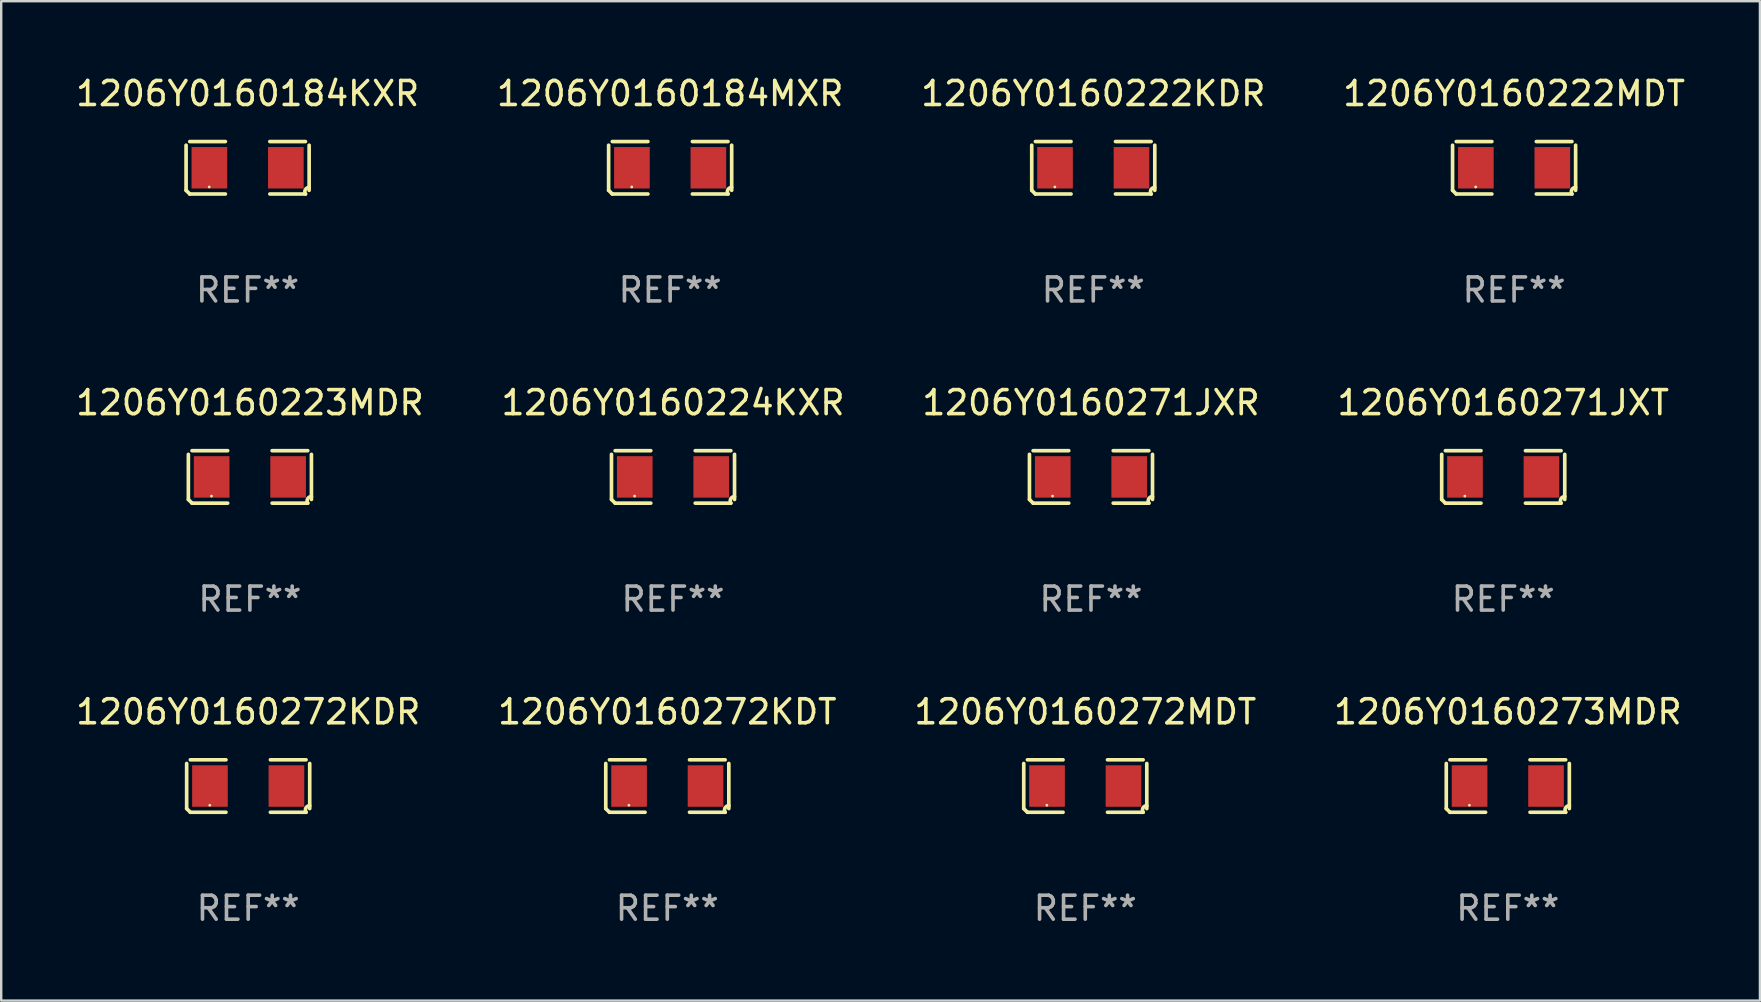
<source format=kicad_pcb>
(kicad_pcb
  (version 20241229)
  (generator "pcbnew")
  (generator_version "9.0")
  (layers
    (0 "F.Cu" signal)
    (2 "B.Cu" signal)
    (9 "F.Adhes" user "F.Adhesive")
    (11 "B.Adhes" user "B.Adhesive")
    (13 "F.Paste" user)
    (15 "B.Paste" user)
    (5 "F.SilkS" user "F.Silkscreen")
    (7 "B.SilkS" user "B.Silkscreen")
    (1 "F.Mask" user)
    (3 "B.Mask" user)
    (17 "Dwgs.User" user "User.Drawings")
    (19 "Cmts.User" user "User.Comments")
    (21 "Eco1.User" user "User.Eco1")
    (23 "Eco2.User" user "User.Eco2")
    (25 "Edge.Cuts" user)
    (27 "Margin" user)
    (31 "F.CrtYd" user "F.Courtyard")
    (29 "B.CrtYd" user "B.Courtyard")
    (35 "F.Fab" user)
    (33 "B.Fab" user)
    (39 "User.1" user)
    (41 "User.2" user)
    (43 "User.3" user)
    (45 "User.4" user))
  (footprint "1206Y0160224KXR"
    (layer "F.Cu")
    (at 24.994 16.823)
    (property "Reference" "1206Y0160224KXR" (at 0 -3.093 0) (layer "F.SilkS") (effects (font (size 1 1) (thickness 0.15))))
    (attr through_hole)
    (fp_line (start -2.564 0.94) (end -2.564 -0.94) (stroke (width 0.152) (type solid)) (layer "F.SilkS"))
    (fp_line (start -2.411 -1.093) (end -0.926 -1.093) (stroke (width 0.152) (type solid)) (layer "F.SilkS"))
    (fp_line (start -0.926 1.093) (end -2.411 1.093) (stroke (width 0.152) (type solid)) (layer "F.SilkS"))
    (fp_line (start 0.926 1.093) (end 2.411 1.093) (stroke (width 0.152) (type solid)) (layer "F.SilkS"))
    (fp_line (start 2.411 -1.093) (end 0.926 -1.093) (stroke (width 0.152) (type solid)) (layer "F.SilkS"))
    (fp_line (start 2.564 0.94) (end 2.564 -0.94) (stroke (width 0.152) (type solid)) (layer "F.SilkS"))
    (fp_arc (start -2.411201 1.092609) (mid -2.487413 1.01642) (end -2.563602 0.940208) (stroke (width 0.1524) (type solid)) (layer "F.SilkS"))
    (fp_arc (start 2.411201 1.092609) (mid 2.407159 0.911226) (end 2.563602 0.819347) (stroke (width 0.1524) (type solid)) (layer "F.SilkS"))
    (fp_circle (center -1.6 0.8) (end -1.57 0.8) (stroke (width 0.06) (type solid)) (fill no) (layer "F.SilkS"))
    (fp_text user "REF**" (at 0 5.093 0) (layer "F.Fab") (effects (font (size 1 1) (thickness 0.15))))
    (pad "1" smd rect (at -1.593 0) (size 1.485 1.728) (layers "F.Cu" "F.Mask" "F.Paste"))
    (pad "2" smd rect (at 1.593 0) (size 1.485 1.728) (layers "F.Cu" "F.Mask" "F.Paste")))
  (footprint "1206Y0160272MDT"
    (layer "F.Cu")
    (at 42.173 29.704)
    (property "Reference" "1206Y0160272MDT" (at 0 -3.093 0) (layer "F.SilkS") (effects (font (size 1 1) (thickness 0.15))))
    (attr through_hole)
    (fp_line (start -2.564 0.94) (end -2.564 -0.94) (stroke (width 0.152) (type solid)) (layer "F.SilkS"))
    (fp_line (start -2.411 -1.093) (end -0.926 -1.093) (stroke (width 0.152) (type solid)) (layer "F.SilkS"))
    (fp_line (start -0.926 1.093) (end -2.411 1.093) (stroke (width 0.152) (type solid)) (layer "F.SilkS"))
    (fp_line (start 0.926 1.093) (end 2.411 1.093) (stroke (width 0.152) (type solid)) (layer "F.SilkS"))
    (fp_line (start 2.411 -1.093) (end 0.926 -1.093) (stroke (width 0.152) (type solid)) (layer "F.SilkS"))
    (fp_line (start 2.564 0.94) (end 2.564 -0.94) (stroke (width 0.152) (type solid)) (layer "F.SilkS"))
    (fp_arc (start -2.411201 1.092609) (mid -2.487413 1.01642) (end -2.563602 0.940208) (stroke (width 0.1524) (type solid)) (layer "F.SilkS"))
    (fp_arc (start 2.411201 1.092609) (mid 2.407159 0.911226) (end 2.563602 0.819347) (stroke (width 0.1524) (type solid)) (layer "F.SilkS"))
    (fp_circle (center -1.6 0.8) (end -1.57 0.8) (stroke (width 0.06) (type solid)) (fill no) (layer "F.SilkS"))
    (fp_text user "REF**" (at 0 5.093 0) (layer "F.Fab") (effects (font (size 1 1) (thickness 0.15))))
    (pad "1" smd rect (at -1.593 0) (size 1.485 1.728) (layers "F.Cu" "F.Mask" "F.Paste"))
    (pad "2" smd rect (at 1.593 0) (size 1.485 1.728) (layers "F.Cu" "F.Mask" "F.Paste")))
  (footprint "1206Y0160271JXT"
    (layer "F.Cu")
    (at 59.589 16.823)
    (property "Reference" "1206Y0160271JXT" (at 0 -3.093 0) (layer "F.SilkS") (effects (font (size 1 1) (thickness 0.15))))
    (attr through_hole)
    (fp_line (start -2.564 0.94) (end -2.564 -0.94) (stroke (width 0.152) (type solid)) (layer "F.SilkS"))
    (fp_line (start -2.411 -1.093) (end -0.926 -1.093) (stroke (width 0.152) (type solid)) (layer "F.SilkS"))
    (fp_line (start -0.926 1.093) (end -2.411 1.093) (stroke (width 0.152) (type solid)) (layer "F.SilkS"))
    (fp_line (start 0.926 1.093) (end 2.411 1.093) (stroke (width 0.152) (type solid)) (layer "F.SilkS"))
    (fp_line (start 2.411 -1.093) (end 0.926 -1.093) (stroke (width 0.152) (type solid)) (layer "F.SilkS"))
    (fp_line (start 2.564 0.94) (end 2.564 -0.94) (stroke (width 0.152) (type solid)) (layer "F.SilkS"))
    (fp_arc (start -2.411201 1.092609) (mid -2.487413 1.01642) (end -2.563602 0.940208) (stroke (width 0.1524) (type solid)) (layer "F.SilkS"))
    (fp_arc (start 2.411201 1.092609) (mid 2.407159 0.911226) (end 2.563602 0.819347) (stroke (width 0.1524) (type solid)) (layer "F.SilkS"))
    (fp_circle (center -1.6 0.8) (end -1.57 0.8) (stroke (width 0.06) (type solid)) (fill no) (layer "F.SilkS"))
    (fp_text user "REF**" (at 0 5.093 0) (layer "F.Fab") (effects (font (size 1 1) (thickness 0.15))))
    (pad "1" smd rect (at -1.593 0) (size 1.485 1.728) (layers "F.Cu" "F.Mask" "F.Paste"))
    (pad "2" smd rect (at 1.593 0) (size 1.485 1.728) (layers "F.Cu" "F.Mask" "F.Paste")))
  (footprint "1206Y0160273MDR"
    (layer "F.Cu")
    (at 59.78 29.704)
    (property "Reference" "1206Y0160273MDR" (at 0 -3.093 0) (layer "F.SilkS") (effects (font (size 1 1) (thickness 0.15))))
    (attr through_hole)
    (fp_line (start -2.564 0.94) (end -2.564 -0.94) (stroke (width 0.152) (type solid)) (layer "F.SilkS"))
    (fp_line (start -2.411 -1.093) (end -0.926 -1.093) (stroke (width 0.152) (type solid)) (layer "F.SilkS"))
    (fp_line (start -0.926 1.093) (end -2.411 1.093) (stroke (width 0.152) (type solid)) (layer "F.SilkS"))
    (fp_line (start 0.926 1.093) (end 2.411 1.093) (stroke (width 0.152) (type solid)) (layer "F.SilkS"))
    (fp_line (start 2.411 -1.093) (end 0.926 -1.093) (stroke (width 0.152) (type solid)) (layer "F.SilkS"))
    (fp_line (start 2.564 0.94) (end 2.564 -0.94) (stroke (width 0.152) (type solid)) (layer "F.SilkS"))
    (fp_arc (start -2.411201 1.092609) (mid -2.487413 1.01642) (end -2.563602 0.940208) (stroke (width 0.1524) (type solid)) (layer "F.SilkS"))
    (fp_arc (start 2.411201 1.092609) (mid 2.407159 0.911226) (end 2.563602 0.819347) (stroke (width 0.1524) (type solid)) (layer "F.SilkS"))
    (fp_circle (center -1.6 0.8) (end -1.57 0.8) (stroke (width 0.06) (type solid)) (fill no) (layer "F.SilkS"))
    (fp_text user "REF**" (at 0 5.093 0) (layer "F.Fab") (effects (font (size 1 1) (thickness 0.15))))
    (pad "1" smd rect (at -1.593 0) (size 1.485 1.728) (layers "F.Cu" "F.Mask" "F.Paste"))
    (pad "2" smd rect (at 1.593 0) (size 1.485 1.728) (layers "F.Cu" "F.Mask" "F.Paste")))
  (footprint "1206Y0160223MDR"
    (layer "F.Cu")
    (at 7.363 16.823)
    (property "Reference" "1206Y0160223MDR" (at 0 -3.093 0) (layer "F.SilkS") (effects (font (size 1 1) (thickness 0.15))))
    (attr through_hole)
    (fp_line (start -2.564 0.94) (end -2.564 -0.94) (stroke (width 0.152) (type solid)) (layer "F.SilkS"))
    (fp_line (start -2.411 -1.093) (end -0.926 -1.093) (stroke (width 0.152) (type solid)) (layer "F.SilkS"))
    (fp_line (start -0.926 1.093) (end -2.411 1.093) (stroke (width 0.152) (type solid)) (layer "F.SilkS"))
    (fp_line (start 0.926 1.093) (end 2.411 1.093) (stroke (width 0.152) (type solid)) (layer "F.SilkS"))
    (fp_line (start 2.411 -1.093) (end 0.926 -1.093) (stroke (width 0.152) (type solid)) (layer "F.SilkS"))
    (fp_line (start 2.564 0.94) (end 2.564 -0.94) (stroke (width 0.152) (type solid)) (layer "F.SilkS"))
    (fp_arc (start -2.411201 1.092609) (mid -2.487413 1.01642) (end -2.563602 0.940208) (stroke (width 0.1524) (type solid)) (layer "F.SilkS"))
    (fp_arc (start 2.411201 1.092609) (mid 2.407159 0.911226) (end 2.563602 0.819347) (stroke (width 0.1524) (type solid)) (layer "F.SilkS"))
    (fp_circle (center -1.6 0.8) (end -1.57 0.8) (stroke (width 0.06) (type solid)) (fill no) (layer "F.SilkS"))
    (fp_text user "REF**" (at 0 5.093 0) (layer "F.Fab") (effects (font (size 1 1) (thickness 0.15))))
    (pad "1" smd rect (at -1.593 0) (size 1.485 1.728) (layers "F.Cu" "F.Mask" "F.Paste"))
    (pad "2" smd rect (at 1.593 0) (size 1.485 1.728) (layers "F.Cu" "F.Mask" "F.Paste")))
  (footprint "1206Y0160271JXR"
    (layer "F.Cu")
    (at 42.411 16.823)
    (property "Reference" "1206Y0160271JXR" (at 0 -3.093 0) (layer "F.SilkS") (effects (font (size 1 1) (thickness 0.15))))
    (attr through_hole)
    (fp_line (start -2.564 0.94) (end -2.564 -0.94) (stroke (width 0.152) (type solid)) (layer "F.SilkS"))
    (fp_line (start -2.411 -1.093) (end -0.926 -1.093) (stroke (width 0.152) (type solid)) (layer "F.SilkS"))
    (fp_line (start -0.926 1.093) (end -2.411 1.093) (stroke (width 0.152) (type solid)) (layer "F.SilkS"))
    (fp_line (start 0.926 1.093) (end 2.411 1.093) (stroke (width 0.152) (type solid)) (layer "F.SilkS"))
    (fp_line (start 2.411 -1.093) (end 0.926 -1.093) (stroke (width 0.152) (type solid)) (layer "F.SilkS"))
    (fp_line (start 2.564 0.94) (end 2.564 -0.94) (stroke (width 0.152) (type solid)) (layer "F.SilkS"))
    (fp_arc (start -2.411201 1.092609) (mid -2.487413 1.01642) (end -2.563602 0.940208) (stroke (width 0.1524) (type solid)) (layer "F.SilkS"))
    (fp_arc (start 2.411201 1.092609) (mid 2.407159 0.911226) (end 2.563602 0.819347) (stroke (width 0.1524) (type solid)) (layer "F.SilkS"))
    (fp_circle (center -1.6 0.8) (end -1.57 0.8) (stroke (width 0.06) (type solid)) (fill no) (layer "F.SilkS"))
    (fp_text user "REF**" (at 0 5.093 0) (layer "F.Fab") (effects (font (size 1 1) (thickness 0.15))))
    (pad "1" smd rect (at -1.593 0) (size 1.485 1.728) (layers "F.Cu" "F.Mask" "F.Paste"))
    (pad "2" smd rect (at 1.593 0) (size 1.485 1.728) (layers "F.Cu" "F.Mask" "F.Paste")))
  (footprint "1206Y0160222MDT"
    (layer "F.Cu")
    (at 60.042 3.941)
    (property "Reference" "1206Y0160222MDT" (at 0 -3.093 0) (layer "F.SilkS") (effects (font (size 1 1) (thickness 0.15))))
    (attr through_hole)
    (fp_line (start -2.564 0.94) (end -2.564 -0.94) (stroke (width 0.152) (type solid)) (layer "F.SilkS"))
    (fp_line (start -2.411 -1.093) (end -0.926 -1.093) (stroke (width 0.152) (type solid)) (layer "F.SilkS"))
    (fp_line (start -0.926 1.093) (end -2.411 1.093) (stroke (width 0.152) (type solid)) (layer "F.SilkS"))
    (fp_line (start 0.926 1.093) (end 2.411 1.093) (stroke (width 0.152) (type solid)) (layer "F.SilkS"))
    (fp_line (start 2.411 -1.093) (end 0.926 -1.093) (stroke (width 0.152) (type solid)) (layer "F.SilkS"))
    (fp_line (start 2.564 0.94) (end 2.564 -0.94) (stroke (width 0.152) (type solid)) (layer "F.SilkS"))
    (fp_arc (start -2.411201 1.092609) (mid -2.487413 1.01642) (end -2.563602 0.940208) (stroke (width 0.1524) (type solid)) (layer "F.SilkS"))
    (fp_arc (start 2.411201 1.092609) (mid 2.407159 0.911226) (end 2.563602 0.819347) (stroke (width 0.1524) (type solid)) (layer "F.SilkS"))
    (fp_circle (center -1.6 0.8) (end -1.57 0.8) (stroke (width 0.06) (type solid)) (fill no) (layer "F.SilkS"))
    (fp_text user "REF**" (at 0 5.093 0) (layer "F.Fab") (effects (font (size 1 1) (thickness 0.15))))
    (pad "1" smd rect (at -1.593 0) (size 1.485 1.728) (layers "F.Cu" "F.Mask" "F.Paste"))
    (pad "2" smd rect (at 1.593 0) (size 1.485 1.728) (layers "F.Cu" "F.Mask" "F.Paste")))
  (footprint "1206Y0160184MXR"
    (layer "F.Cu")
    (at 24.875 3.941)
    (property "Reference" "1206Y0160184MXR" (at 0 -3.093 0) (layer "F.SilkS") (effects (font (size 1 1) (thickness 0.15))))
    (attr through_hole)
    (fp_line (start -2.564 0.94) (end -2.564 -0.94) (stroke (width 0.152) (type solid)) (layer "F.SilkS"))
    (fp_line (start -2.411 -1.093) (end -0.926 -1.093) (stroke (width 0.152) (type solid)) (layer "F.SilkS"))
    (fp_line (start -0.926 1.093) (end -2.411 1.093) (stroke (width 0.152) (type solid)) (layer "F.SilkS"))
    (fp_line (start 0.926 1.093) (end 2.411 1.093) (stroke (width 0.152) (type solid)) (layer "F.SilkS"))
    (fp_line (start 2.411 -1.093) (end 0.926 -1.093) (stroke (width 0.152) (type solid)) (layer "F.SilkS"))
    (fp_line (start 2.564 0.94) (end 2.564 -0.94) (stroke (width 0.152) (type solid)) (layer "F.SilkS"))
    (fp_arc (start -2.411201 1.092609) (mid -2.487413 1.01642) (end -2.563602 0.940208) (stroke (width 0.1524) (type solid)) (layer "F.SilkS"))
    (fp_arc (start 2.411201 1.092609) (mid 2.407159 0.911226) (end 2.563602 0.819347) (stroke (width 0.1524) (type solid)) (layer "F.SilkS"))
    (fp_circle (center -1.6 0.8) (end -1.57 0.8) (stroke (width 0.06) (type solid)) (fill no) (layer "F.SilkS"))
    (fp_text user "REF**" (at 0 5.093 0) (layer "F.Fab") (effects (font (size 1 1) (thickness 0.15))))
    (pad "1" smd rect (at -1.593 0) (size 1.485 1.728) (layers "F.Cu" "F.Mask" "F.Paste"))
    (pad "2" smd rect (at 1.593 0) (size 1.485 1.728) (layers "F.Cu" "F.Mask" "F.Paste")))
  (footprint "1206Y0160272KDR"
    (layer "F.Cu")
    (at 7.292 29.704)
    (property "Reference" "1206Y0160272KDR" (at 0 -3.093 0) (layer "F.SilkS") (effects (font (size 1 1) (thickness 0.15))))
    (attr through_hole)
    (fp_line (start -2.564 0.94) (end -2.564 -0.94) (stroke (width 0.152) (type solid)) (layer "F.SilkS"))
    (fp_line (start -2.411 -1.093) (end -0.926 -1.093) (stroke (width 0.152) (type solid)) (layer "F.SilkS"))
    (fp_line (start -0.926 1.093) (end -2.411 1.093) (stroke (width 0.152) (type solid)) (layer "F.SilkS"))
    (fp_line (start 0.926 1.093) (end 2.411 1.093) (stroke (width 0.152) (type solid)) (layer "F.SilkS"))
    (fp_line (start 2.411 -1.093) (end 0.926 -1.093) (stroke (width 0.152) (type solid)) (layer "F.SilkS"))
    (fp_line (start 2.564 0.94) (end 2.564 -0.94) (stroke (width 0.152) (type solid)) (layer "F.SilkS"))
    (fp_arc (start -2.411201 1.092609) (mid -2.487413 1.01642) (end -2.563602 0.940208) (stroke (width 0.1524) (type solid)) (layer "F.SilkS"))
    (fp_arc (start 2.411201 1.092609) (mid 2.407159 0.911226) (end 2.563602 0.819347) (stroke (width 0.1524) (type solid)) (layer "F.SilkS"))
    (fp_circle (center -1.6 0.8) (end -1.57 0.8) (stroke (width 0.06) (type solid)) (fill no) (layer "F.SilkS"))
    (fp_text user "REF**" (at 0 5.093 0) (layer "F.Fab") (effects (font (size 1 1) (thickness 0.15))))
    (pad "1" smd rect (at -1.593 0) (size 1.485 1.728) (layers "F.Cu" "F.Mask" "F.Paste"))
    (pad "2" smd rect (at 1.593 0) (size 1.485 1.728) (layers "F.Cu" "F.Mask" "F.Paste")))
  (footprint "1206Y0160184KXR"
    (layer "F.Cu")
    (at 7.268 3.941)
    (property "Reference" "1206Y0160184KXR" (at 0 -3.093 0) (layer "F.SilkS") (effects (font (size 1 1) (thickness 0.15))))
    (attr through_hole)
    (fp_line (start -2.564 0.94) (end -2.564 -0.94) (stroke (width 0.152) (type solid)) (layer "F.SilkS"))
    (fp_line (start -2.411 -1.093) (end -0.926 -1.093) (stroke (width 0.152) (type solid)) (layer "F.SilkS"))
    (fp_line (start -0.926 1.093) (end -2.411 1.093) (stroke (width 0.152) (type solid)) (layer "F.SilkS"))
    (fp_line (start 0.926 1.093) (end 2.411 1.093) (stroke (width 0.152) (type solid)) (layer "F.SilkS"))
    (fp_line (start 2.411 -1.093) (end 0.926 -1.093) (stroke (width 0.152) (type solid)) (layer "F.SilkS"))
    (fp_line (start 2.564 0.94) (end 2.564 -0.94) (stroke (width 0.152) (type solid)) (layer "F.SilkS"))
    (fp_arc (start -2.411201 1.092609) (mid -2.487413 1.01642) (end -2.563602 0.940208) (stroke (width 0.1524) (type solid)) (layer "F.SilkS"))
    (fp_arc (start 2.411201 1.092609) (mid 2.407159 0.911226) (end 2.563602 0.819347) (stroke (width 0.1524) (type solid)) (layer "F.SilkS"))
    (fp_circle (center -1.6 0.8) (end -1.57 0.8) (stroke (width 0.06) (type solid)) (fill no) (layer "F.SilkS"))
    (fp_text user "REF**" (at 0 5.093 0) (layer "F.Fab") (effects (font (size 1 1) (thickness 0.15))))
    (pad "1" smd rect (at -1.593 0) (size 1.485 1.728) (layers "F.Cu" "F.Mask" "F.Paste"))
    (pad "2" smd rect (at 1.593 0) (size 1.485 1.728) (layers "F.Cu" "F.Mask" "F.Paste")))
  (footprint "1206Y0160222KDR"
    (layer "F.Cu")
    (at 42.506 3.941)
    (property "Reference" "1206Y0160222KDR" (at 0 -3.093 0) (layer "F.SilkS") (effects (font (size 1 1) (thickness 0.15))))
    (attr through_hole)
    (fp_line (start -2.564 0.94) (end -2.564 -0.94) (stroke (width 0.152) (type solid)) (layer "F.SilkS"))
    (fp_line (start -2.411 -1.093) (end -0.926 -1.093) (stroke (width 0.152) (type solid)) (layer "F.SilkS"))
    (fp_line (start -0.926 1.093) (end -2.411 1.093) (stroke (width 0.152) (type solid)) (layer "F.SilkS"))
    (fp_line (start 0.926 1.093) (end 2.411 1.093) (stroke (width 0.152) (type solid)) (layer "F.SilkS"))
    (fp_line (start 2.411 -1.093) (end 0.926 -1.093) (stroke (width 0.152) (type solid)) (layer "F.SilkS"))
    (fp_line (start 2.564 0.94) (end 2.564 -0.94) (stroke (width 0.152) (type solid)) (layer "F.SilkS"))
    (fp_arc (start -2.411201 1.092609) (mid -2.487413 1.01642) (end -2.563602 0.940208) (stroke (width 0.1524) (type solid)) (layer "F.SilkS"))
    (fp_arc (start 2.411201 1.092609) (mid 2.407159 0.911226) (end 2.563602 0.819347) (stroke (width 0.1524) (type solid)) (layer "F.SilkS"))
    (fp_circle (center -1.6 0.8) (end -1.57 0.8) (stroke (width 0.06) (type solid)) (fill no) (layer "F.SilkS"))
    (fp_text user "REF**" (at 0 5.093 0) (layer "F.Fab") (effects (font (size 1 1) (thickness 0.15))))
    (pad "1" smd rect (at -1.593 0) (size 1.485 1.728) (layers "F.Cu" "F.Mask" "F.Paste"))
    (pad "2" smd rect (at 1.593 0) (size 1.485 1.728) (layers "F.Cu" "F.Mask" "F.Paste")))
  (footprint "1206Y0160272KDT"
    (layer "F.Cu")
    (at 24.756 29.704)
    (property "Reference" "1206Y0160272KDT" (at 0 -3.093 0) (layer "F.SilkS") (effects (font (size 1 1) (thickness 0.15))))
    (attr through_hole)
    (fp_line (start -2.564 0.94) (end -2.564 -0.94) (stroke (width 0.152) (type solid)) (layer "F.SilkS"))
    (fp_line (start -2.411 -1.093) (end -0.926 -1.093) (stroke (width 0.152) (type solid)) (layer "F.SilkS"))
    (fp_line (start -0.926 1.093) (end -2.411 1.093) (stroke (width 0.152) (type solid)) (layer "F.SilkS"))
    (fp_line (start 0.926 1.093) (end 2.411 1.093) (stroke (width 0.152) (type solid)) (layer "F.SilkS"))
    (fp_line (start 2.411 -1.093) (end 0.926 -1.093) (stroke (width 0.152) (type solid)) (layer "F.SilkS"))
    (fp_line (start 2.564 0.94) (end 2.564 -0.94) (stroke (width 0.152) (type solid)) (layer "F.SilkS"))
    (fp_arc (start -2.411201 1.092609) (mid -2.487413 1.01642) (end -2.563602 0.940208) (stroke (width 0.1524) (type solid)) (layer "F.SilkS"))
    (fp_arc (start 2.411201 1.092609) (mid 2.407159 0.911226) (end 2.563602 0.819347) (stroke (width 0.1524) (type solid)) (layer "F.SilkS"))
    (fp_circle (center -1.6 0.8) (end -1.57 0.8) (stroke (width 0.06) (type solid)) (fill no) (layer "F.SilkS"))
    (fp_text user "REF**" (at 0 5.093 0) (layer "F.Fab") (effects (font (size 1 1) (thickness 0.15))))
    (pad "1" smd rect (at -1.593 0) (size 1.485 1.728) (layers "F.Cu" "F.Mask" "F.Paste"))
    (pad "2" smd rect (at 1.593 0) (size 1.485 1.728) (layers "F.Cu" "F.Mask" "F.Paste")))
  (gr_rect
    (start -3 -3)
    (end 70.286 38.645)
    (stroke (width 0.1) (type default))
    (fill no)
    (layer "Edge.Cuts")))
</source>
